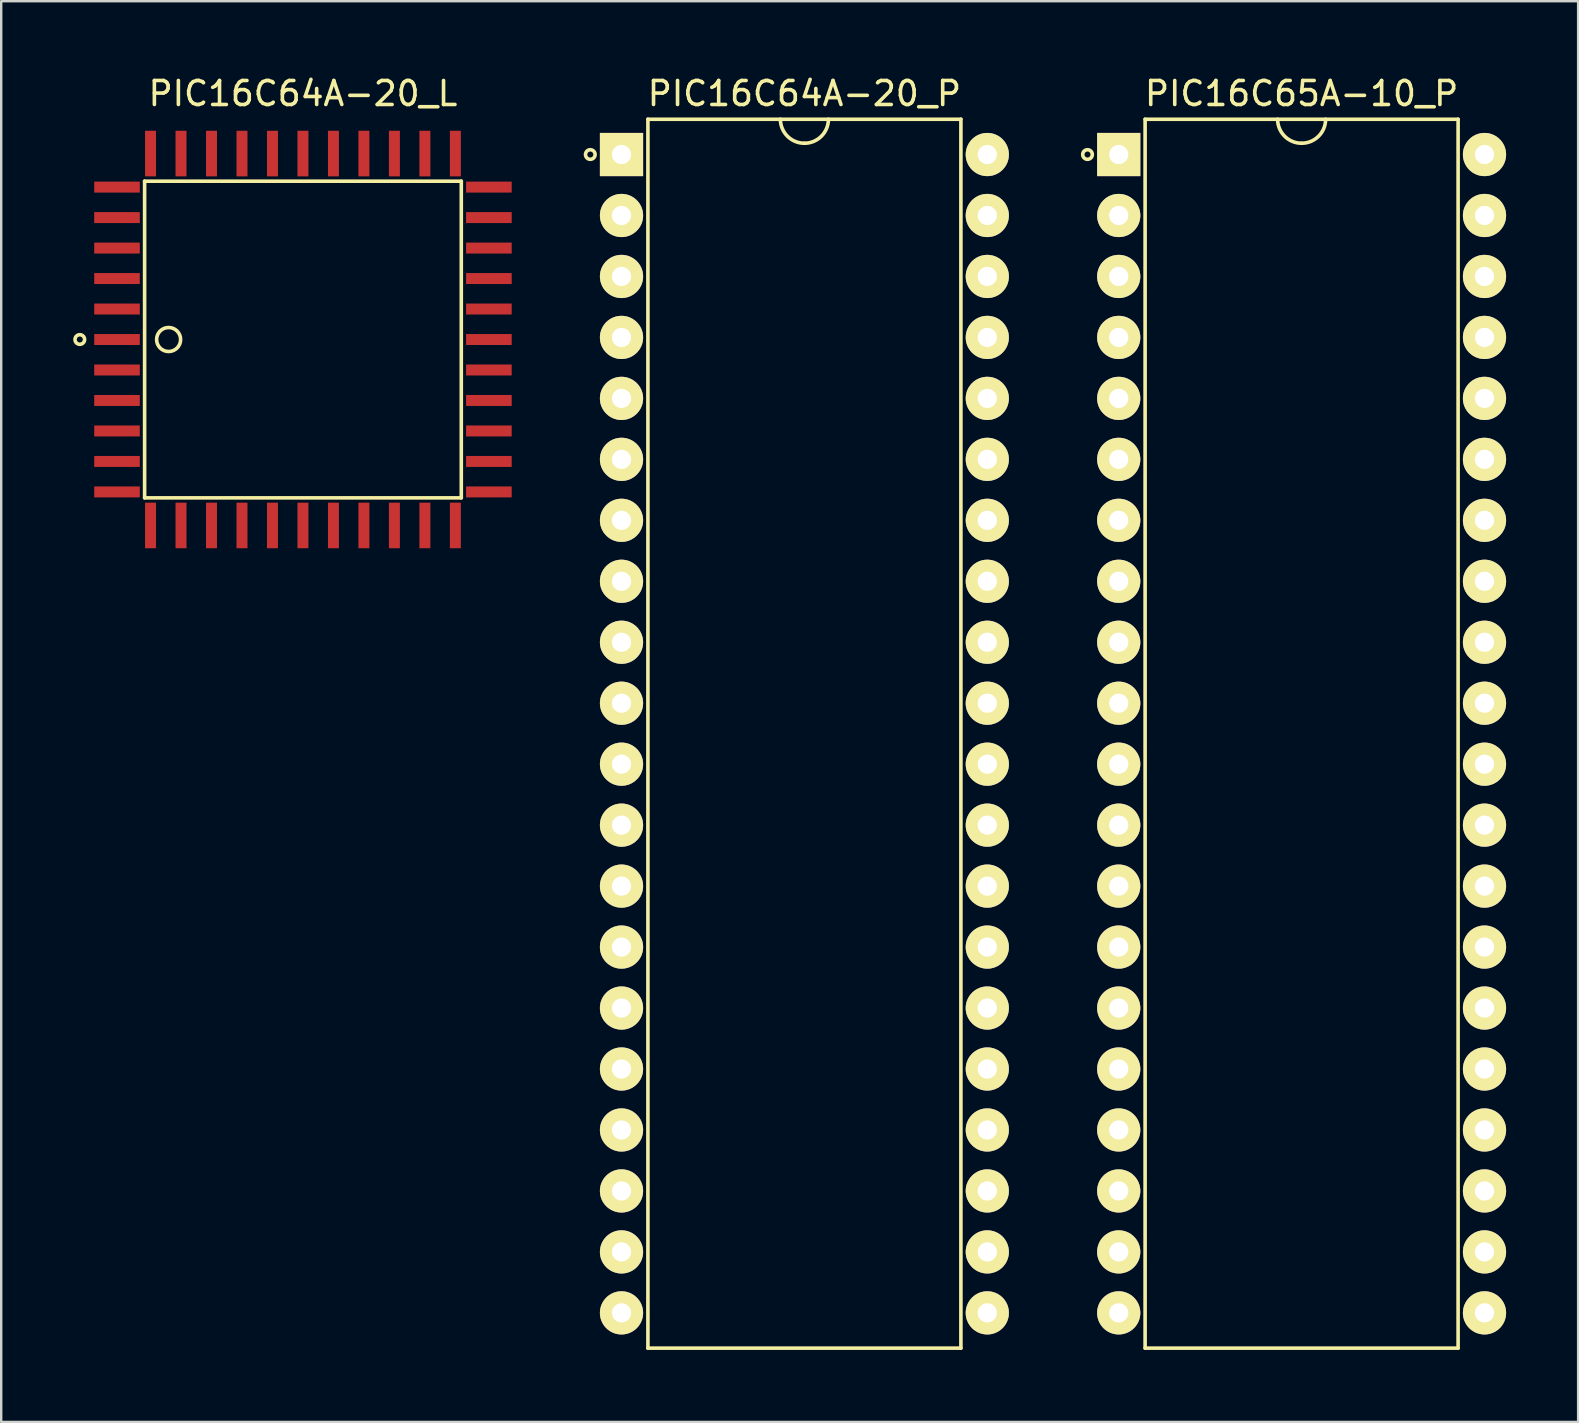
<source format=kicad_pcb>
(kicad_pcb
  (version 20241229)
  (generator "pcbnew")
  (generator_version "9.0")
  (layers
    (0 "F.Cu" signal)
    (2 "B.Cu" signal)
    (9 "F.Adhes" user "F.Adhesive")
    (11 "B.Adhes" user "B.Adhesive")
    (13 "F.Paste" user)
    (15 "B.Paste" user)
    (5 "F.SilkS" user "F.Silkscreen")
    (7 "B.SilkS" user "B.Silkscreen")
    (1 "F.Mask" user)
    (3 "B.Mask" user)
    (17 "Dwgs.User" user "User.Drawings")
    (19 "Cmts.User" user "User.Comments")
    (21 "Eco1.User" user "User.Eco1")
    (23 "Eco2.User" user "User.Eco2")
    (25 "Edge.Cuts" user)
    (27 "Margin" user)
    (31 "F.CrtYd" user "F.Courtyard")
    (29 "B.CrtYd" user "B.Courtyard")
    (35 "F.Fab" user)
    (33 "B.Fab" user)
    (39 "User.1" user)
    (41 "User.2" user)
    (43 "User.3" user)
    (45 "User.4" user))
  (footprint "PIC16C64A-20_P"
    (layer "F.Cu")
    (at 22.844 3.388)
    (property "Reference" "PIC16C64A-20_P" (at 7.62 -2.54 0) (layer "F.SilkS") (effects (font (size 1 1) (thickness 0.15))))
    (attr through_hole)
    (fp_line (start 1.1 -1.47) (end 14.14 -1.47) (stroke (width 0.15) (type solid)) (layer "F.SilkS"))
    (fp_line (start 1.1 49.73) (end 1.1 -1.47) (stroke (width 0.15) (type solid)) (layer "F.SilkS"))
    (fp_line (start 14.14 -1.47) (end 14.14 49.73) (stroke (width 0.15) (type solid)) (layer "F.SilkS"))
    (fp_line (start 14.14 49.73) (end 1.1 49.73) (stroke (width 0.15) (type solid)) (layer "F.SilkS"))
    (fp_arc (start 7.62 -0.47) (mid 6.912893 -0.762893) (end 6.62 -1.47) (stroke (width 0.15) (type solid)) (layer "F.SilkS"))
    (fp_arc (start 8.62 -1.47) (mid 8.327107 -0.762893) (end 7.62 -0.47) (stroke (width 0.15) (type solid)) (layer "F.SilkS"))
    (fp_circle (center -1.3 0) (end -1.3 0.2) (stroke (width 0.15) (type solid)) (fill no) (layer "F.SilkS"))
    (pad "1" thru_hole rect (at 0 0) (size 1.8 1.8) (drill 0.8) (layers "*.Cu" "*.Mask" "F.SilkS"))
    (pad "2" thru_hole circle (at 0 2.54) (size 1.8 1.8) (drill 0.8) (layers "*.Cu" "*.Mask" "F.SilkS"))
    (pad "3" thru_hole circle (at 0 5.08) (size 1.8 1.8) (drill 0.8) (layers "*.Cu" "*.Mask" "F.SilkS"))
    (pad "4" thru_hole circle (at 0 7.62) (size 1.8 1.8) (drill 0.8) (layers "*.Cu" "*.Mask" "F.SilkS"))
    (pad "5" thru_hole circle (at 0 10.16) (size 1.8 1.8) (drill 0.8) (layers "*.Cu" "*.Mask" "F.SilkS"))
    (pad "6" thru_hole circle (at 0 12.7) (size 1.8 1.8) (drill 0.8) (layers "*.Cu" "*.Mask" "F.SilkS"))
    (pad "7" thru_hole circle (at 0 15.24) (size 1.8 1.8) (drill 0.8) (layers "*.Cu" "*.Mask" "F.SilkS"))
    (pad "8" thru_hole circle (at 0 17.78) (size 1.8 1.8) (drill 0.8) (layers "*.Cu" "*.Mask" "F.SilkS"))
    (pad "9" thru_hole circle (at 0 20.32) (size 1.8 1.8) (drill 0.8) (layers "*.Cu" "*.Mask" "F.SilkS"))
    (pad "10" thru_hole circle (at 0 22.86) (size 1.8 1.8) (drill 0.8) (layers "*.Cu" "*.Mask" "F.SilkS"))
    (pad "11" thru_hole circle (at 0 25.4) (size 1.8 1.8) (drill 0.8) (layers "*.Cu" "*.Mask" "F.SilkS"))
    (pad "12" thru_hole circle (at 0 27.94) (size 1.8 1.8) (drill 0.8) (layers "*.Cu" "*.Mask" "F.SilkS"))
    (pad "13" thru_hole circle (at 0 30.48) (size 1.8 1.8) (drill 0.8) (layers "*.Cu" "*.Mask" "F.SilkS"))
    (pad "14" thru_hole circle (at 0 33.02) (size 1.8 1.8) (drill 0.8) (layers "*.Cu" "*.Mask" "F.SilkS"))
    (pad "15" thru_hole circle (at 0 35.56) (size 1.8 1.8) (drill 0.8) (layers "*.Cu" "*.Mask" "F.SilkS"))
    (pad "16" thru_hole circle (at 0 38.1) (size 1.8 1.8) (drill 0.8) (layers "*.Cu" "*.Mask" "F.SilkS"))
    (pad "17" thru_hole circle (at 0 40.64) (size 1.8 1.8) (drill 0.8) (layers "*.Cu" "*.Mask" "F.SilkS"))
    (pad "18" thru_hole circle (at 0 43.18) (size 1.8 1.8) (drill 0.8) (layers "*.Cu" "*.Mask" "F.SilkS"))
    (pad "19" thru_hole circle (at 0 45.72) (size 1.8 1.8) (drill 0.8) (layers "*.Cu" "*.Mask" "F.SilkS"))
    (pad "20" thru_hole circle (at 0 48.26) (size 1.8 1.8) (drill 0.8) (layers "*.Cu" "*.Mask" "F.SilkS"))
    (pad "21" thru_hole circle (at 15.24 48.26) (size 1.8 1.8) (drill 0.8) (layers "*.Cu" "*.Mask" "F.SilkS"))
    (pad "22" thru_hole circle (at 15.24 45.72) (size 1.8 1.8) (drill 0.8) (layers "*.Cu" "*.Mask" "F.SilkS"))
    (pad "23" thru_hole circle (at 15.24 43.18) (size 1.8 1.8) (drill 0.8) (layers "*.Cu" "*.Mask" "F.SilkS"))
    (pad "24" thru_hole circle (at 15.24 40.64) (size 1.8 1.8) (drill 0.8) (layers "*.Cu" "*.Mask" "F.SilkS"))
    (pad "25" thru_hole circle (at 15.24 38.1) (size 1.8 1.8) (drill 0.8) (layers "*.Cu" "*.Mask" "F.SilkS"))
    (pad "26" thru_hole circle (at 15.24 35.56) (size 1.8 1.8) (drill 0.8) (layers "*.Cu" "*.Mask" "F.SilkS"))
    (pad "27" thru_hole circle (at 15.24 33.02) (size 1.8 1.8) (drill 0.8) (layers "*.Cu" "*.Mask" "F.SilkS"))
    (pad "28" thru_hole circle (at 15.24 30.48) (size 1.8 1.8) (drill 0.8) (layers "*.Cu" "*.Mask" "F.SilkS"))
    (pad "29" thru_hole circle (at 15.24 27.94) (size 1.8 1.8) (drill 0.8) (layers "*.Cu" "*.Mask" "F.SilkS"))
    (pad "30" thru_hole circle (at 15.24 25.4) (size 1.8 1.8) (drill 0.8) (layers "*.Cu" "*.Mask" "F.SilkS"))
    (pad "31" thru_hole circle (at 15.24 22.86) (size 1.8 1.8) (drill 0.8) (layers "*.Cu" "*.Mask" "F.SilkS"))
    (pad "32" thru_hole circle (at 15.24 20.32) (size 1.8 1.8) (drill 0.8) (layers "*.Cu" "*.Mask" "F.SilkS"))
    (pad "33" thru_hole circle (at 15.24 17.78) (size 1.8 1.8) (drill 0.8) (layers "*.Cu" "*.Mask" "F.SilkS"))
    (pad "34" thru_hole circle (at 15.24 15.24) (size 1.8 1.8) (drill 0.8) (layers "*.Cu" "*.Mask" "F.SilkS"))
    (pad "35" thru_hole circle (at 15.24 12.7) (size 1.8 1.8) (drill 0.8) (layers "*.Cu" "*.Mask" "F.SilkS"))
    (pad "36" thru_hole circle (at 15.24 10.16) (size 1.8 1.8) (drill 0.8) (layers "*.Cu" "*.Mask" "F.SilkS"))
    (pad "37" thru_hole circle (at 15.24 7.62) (size 1.8 1.8) (drill 0.8) (layers "*.Cu" "*.Mask" "F.SilkS"))
    (pad "38" thru_hole circle (at 15.24 5.08) (size 1.8 1.8) (drill 0.8) (layers "*.Cu" "*.Mask" "F.SilkS"))
    (pad "39" thru_hole circle (at 15.24 2.54) (size 1.8 1.8) (drill 0.8) (layers "*.Cu" "*.Mask" "F.SilkS"))
    (pad "40" thru_hole circle (at 15.24 0) (size 1.8 1.8) (drill 0.8) (layers "*.Cu" "*.Mask" "F.SilkS")))
  (footprint "PIC16C64A-20_L"
    (layer "F.Cu")
    (at 1.825 3.348)
    (property "Reference" "PIC16C64A-20_L" (at 7.747 -2.5 0) (layer "F.SilkS") (effects (font (size 1 1) (thickness 0.15))))
    (attr through_hole)
    (fp_line (start 1.15 1.15) (end 1.15 14.344) (stroke (width 0.15) (type solid)) (layer "F.SilkS"))
    (fp_line (start 1.15 1.15) (end 14.344 1.15) (stroke (width 0.15) (type solid)) (layer "F.SilkS"))
    (fp_line (start 1.15 14.344) (end 14.344 14.344) (stroke (width 0.15) (type solid)) (layer "F.SilkS"))
    (fp_line (start 14.344 14.344) (end 14.344 1.15) (stroke (width 0.15) (type solid)) (layer "F.SilkS"))
    (fp_circle (center -1.55 7.747) (end -1.55 7.547) (stroke (width 0.15) (type solid)) (fill no) (layer "F.SilkS"))
    (fp_circle (center 2.15 7.747) (end 2.15 7.247) (stroke (width 0.15) (type solid)) (fill no) (layer "F.SilkS"))
    (pad "1" smd rect (at 0 7.747) (size 1.9 0.457) (layers "F.Cu" "F.Mask" "F.Paste"))
    (pad "2" smd rect (at 0 9.017) (size 1.9 0.457) (layers "F.Cu" "F.Mask" "F.Paste"))
    (pad "3" smd rect (at 0 10.287) (size 1.9 0.457) (layers "F.Cu" "F.Mask" "F.Paste"))
    (pad "4" smd rect (at 0 11.557) (size 1.9 0.457) (layers "F.Cu" "F.Mask" "F.Paste"))
    (pad "5" smd rect (at 0 12.827) (size 1.9 0.457) (layers "F.Cu" "F.Mask" "F.Paste"))
    (pad "6" smd rect (at 0 14.097) (size 1.9 0.457) (layers "F.Cu" "F.Mask" "F.Paste"))
    (pad "7" smd rect (at 1.397 15.494) (size 0.457 1.9) (layers "F.Cu" "F.Mask" "F.Paste"))
    (pad "8" smd rect (at 2.667 15.494) (size 0.457 1.9) (layers "F.Cu" "F.Mask" "F.Paste"))
    (pad "9" smd rect (at 3.937 15.494) (size 0.457 1.9) (layers "F.Cu" "F.Mask" "F.Paste"))
    (pad "10" smd rect (at 5.207 15.494) (size 0.457 1.9) (layers "F.Cu" "F.Mask" "F.Paste"))
    (pad "11" smd rect (at 6.477 15.494) (size 0.457 1.9) (layers "F.Cu" "F.Mask" "F.Paste"))
    (pad "12" smd rect (at 7.747 15.494) (size 0.457 1.9) (layers "F.Cu" "F.Mask" "F.Paste"))
    (pad "13" smd rect (at 9.017 15.494) (size 0.457 1.9) (layers "F.Cu" "F.Mask" "F.Paste"))
    (pad "14" smd rect (at 10.287 15.494) (size 0.457 1.9) (layers "F.Cu" "F.Mask" "F.Paste"))
    (pad "15" smd rect (at 11.557 15.494) (size 0.457 1.9) (layers "F.Cu" "F.Mask" "F.Paste"))
    (pad "16" smd rect (at 12.827 15.494) (size 0.457 1.9) (layers "F.Cu" "F.Mask" "F.Paste"))
    (pad "17" smd rect (at 14.097 15.494) (size 0.457 1.9) (layers "F.Cu" "F.Mask" "F.Paste"))
    (pad "18" smd rect (at 15.494 14.097) (size 1.9 0.457) (layers "F.Cu" "F.Mask" "F.Paste"))
    (pad "19" smd rect (at 15.494 12.827) (size 1.9 0.457) (layers "F.Cu" "F.Mask" "F.Paste"))
    (pad "20" smd rect (at 15.494 11.557) (size 1.9 0.457) (layers "F.Cu" "F.Mask" "F.Paste"))
    (pad "21" smd rect (at 15.494 10.287) (size 1.9 0.457) (layers "F.Cu" "F.Mask" "F.Paste"))
    (pad "22" smd rect (at 15.494 9.017) (size 1.9 0.457) (layers "F.Cu" "F.Mask" "F.Paste"))
    (pad "23" smd rect (at 15.494 7.747) (size 1.9 0.457) (layers "F.Cu" "F.Mask" "F.Paste"))
    (pad "24" smd rect (at 15.494 6.477) (size 1.9 0.457) (layers "F.Cu" "F.Mask" "F.Paste"))
    (pad "25" smd rect (at 15.494 5.207) (size 1.9 0.457) (layers "F.Cu" "F.Mask" "F.Paste"))
    (pad "26" smd rect (at 15.494 3.937) (size 1.9 0.457) (layers "F.Cu" "F.Mask" "F.Paste"))
    (pad "27" smd rect (at 15.494 2.667) (size 1.9 0.457) (layers "F.Cu" "F.Mask" "F.Paste"))
    (pad "28" smd rect (at 15.494 1.397) (size 1.9 0.457) (layers "F.Cu" "F.Mask" "F.Paste"))
    (pad "29" smd rect (at 14.097 0) (size 0.457 1.9) (layers "F.Cu" "F.Mask" "F.Paste"))
    (pad "30" smd rect (at 12.827 0) (size 0.457 1.9) (layers "F.Cu" "F.Mask" "F.Paste"))
    (pad "31" smd rect (at 11.557 0) (size 0.457 1.9) (layers "F.Cu" "F.Mask" "F.Paste"))
    (pad "32" smd rect (at 10.287 0) (size 0.457 1.9) (layers "F.Cu" "F.Mask" "F.Paste"))
    (pad "33" smd rect (at 9.017 0) (size 0.457 1.9) (layers "F.Cu" "F.Mask" "F.Paste"))
    (pad "34" smd rect (at 7.747 0) (size 0.457 1.9) (layers "F.Cu" "F.Mask" "F.Paste"))
    (pad "35" smd rect (at 6.477 0) (size 0.457 1.9) (layers "F.Cu" "F.Mask" "F.Paste"))
    (pad "36" smd rect (at 5.207 0) (size 0.457 1.9) (layers "F.Cu" "F.Mask" "F.Paste"))
    (pad "37" smd rect (at 3.937 0) (size 0.457 1.9) (layers "F.Cu" "F.Mask" "F.Paste"))
    (pad "38" smd rect (at 2.667 0) (size 0.457 1.9) (layers "F.Cu" "F.Mask" "F.Paste"))
    (pad "39" smd rect (at 1.397 0) (size 0.457 1.9) (layers "F.Cu" "F.Mask" "F.Paste"))
    (pad "40" smd rect (at 0 1.397) (size 1.9 0.457) (layers "F.Cu" "F.Mask" "F.Paste"))
    (pad "41" smd rect (at 0 2.667) (size 1.9 0.457) (layers "F.Cu" "F.Mask" "F.Paste"))
    (pad "42" smd rect (at 0 3.937) (size 1.9 0.457) (layers "F.Cu" "F.Mask" "F.Paste"))
    (pad "43" smd rect (at 0 5.207) (size 1.9 0.457) (layers "F.Cu" "F.Mask" "F.Paste"))
    (pad "44" smd rect (at 0 6.477) (size 1.9 0.457) (layers "F.Cu" "F.Mask" "F.Paste")))
  (footprint "PIC16C65A-10_P"
    (layer "F.Cu")
    (at 43.559 3.388)
    (property "Reference" "PIC16C65A-10_P" (at 7.62 -2.54 0) (layer "F.SilkS") (effects (font (size 1 1) (thickness 0.15))))
    (attr through_hole)
    (fp_line (start 1.1 -1.47) (end 14.14 -1.47) (stroke (width 0.15) (type solid)) (layer "F.SilkS"))
    (fp_line (start 1.1 49.73) (end 1.1 -1.47) (stroke (width 0.15) (type solid)) (layer "F.SilkS"))
    (fp_line (start 14.14 -1.47) (end 14.14 49.73) (stroke (width 0.15) (type solid)) (layer "F.SilkS"))
    (fp_line (start 14.14 49.73) (end 1.1 49.73) (stroke (width 0.15) (type solid)) (layer "F.SilkS"))
    (fp_arc (start 7.62 -0.47) (mid 6.912893 -0.762893) (end 6.62 -1.47) (stroke (width 0.15) (type solid)) (layer "F.SilkS"))
    (fp_arc (start 8.62 -1.47) (mid 8.327107 -0.762893) (end 7.62 -0.47) (stroke (width 0.15) (type solid)) (layer "F.SilkS"))
    (fp_circle (center -1.3 0) (end -1.3 0.2) (stroke (width 0.15) (type solid)) (fill no) (layer "F.SilkS"))
    (pad "1" thru_hole rect (at 0 0) (size 1.8 1.8) (drill 0.8) (layers "*.Cu" "*.Mask" "F.SilkS"))
    (pad "2" thru_hole circle (at 0 2.54) (size 1.8 1.8) (drill 0.8) (layers "*.Cu" "*.Mask" "F.SilkS"))
    (pad "3" thru_hole circle (at 0 5.08) (size 1.8 1.8) (drill 0.8) (layers "*.Cu" "*.Mask" "F.SilkS"))
    (pad "4" thru_hole circle (at 0 7.62) (size 1.8 1.8) (drill 0.8) (layers "*.Cu" "*.Mask" "F.SilkS"))
    (pad "5" thru_hole circle (at 0 10.16) (size 1.8 1.8) (drill 0.8) (layers "*.Cu" "*.Mask" "F.SilkS"))
    (pad "6" thru_hole circle (at 0 12.7) (size 1.8 1.8) (drill 0.8) (layers "*.Cu" "*.Mask" "F.SilkS"))
    (pad "7" thru_hole circle (at 0 15.24) (size 1.8 1.8) (drill 0.8) (layers "*.Cu" "*.Mask" "F.SilkS"))
    (pad "8" thru_hole circle (at 0 17.78) (size 1.8 1.8) (drill 0.8) (layers "*.Cu" "*.Mask" "F.SilkS"))
    (pad "9" thru_hole circle (at 0 20.32) (size 1.8 1.8) (drill 0.8) (layers "*.Cu" "*.Mask" "F.SilkS"))
    (pad "10" thru_hole circle (at 0 22.86) (size 1.8 1.8) (drill 0.8) (layers "*.Cu" "*.Mask" "F.SilkS"))
    (pad "11" thru_hole circle (at 0 25.4) (size 1.8 1.8) (drill 0.8) (layers "*.Cu" "*.Mask" "F.SilkS"))
    (pad "12" thru_hole circle (at 0 27.94) (size 1.8 1.8) (drill 0.8) (layers "*.Cu" "*.Mask" "F.SilkS"))
    (pad "13" thru_hole circle (at 0 30.48) (size 1.8 1.8) (drill 0.8) (layers "*.Cu" "*.Mask" "F.SilkS"))
    (pad "14" thru_hole circle (at 0 33.02) (size 1.8 1.8) (drill 0.8) (layers "*.Cu" "*.Mask" "F.SilkS"))
    (pad "15" thru_hole circle (at 0 35.56) (size 1.8 1.8) (drill 0.8) (layers "*.Cu" "*.Mask" "F.SilkS"))
    (pad "16" thru_hole circle (at 0 38.1) (size 1.8 1.8) (drill 0.8) (layers "*.Cu" "*.Mask" "F.SilkS"))
    (pad "17" thru_hole circle (at 0 40.64) (size 1.8 1.8) (drill 0.8) (layers "*.Cu" "*.Mask" "F.SilkS"))
    (pad "18" thru_hole circle (at 0 43.18) (size 1.8 1.8) (drill 0.8) (layers "*.Cu" "*.Mask" "F.SilkS"))
    (pad "19" thru_hole circle (at 0 45.72) (size 1.8 1.8) (drill 0.8) (layers "*.Cu" "*.Mask" "F.SilkS"))
    (pad "20" thru_hole circle (at 0 48.26) (size 1.8 1.8) (drill 0.8) (layers "*.Cu" "*.Mask" "F.SilkS"))
    (pad "21" thru_hole circle (at 15.24 48.26) (size 1.8 1.8) (drill 0.8) (layers "*.Cu" "*.Mask" "F.SilkS"))
    (pad "22" thru_hole circle (at 15.24 45.72) (size 1.8 1.8) (drill 0.8) (layers "*.Cu" "*.Mask" "F.SilkS"))
    (pad "23" thru_hole circle (at 15.24 43.18) (size 1.8 1.8) (drill 0.8) (layers "*.Cu" "*.Mask" "F.SilkS"))
    (pad "24" thru_hole circle (at 15.24 40.64) (size 1.8 1.8) (drill 0.8) (layers "*.Cu" "*.Mask" "F.SilkS"))
    (pad "25" thru_hole circle (at 15.24 38.1) (size 1.8 1.8) (drill 0.8) (layers "*.Cu" "*.Mask" "F.SilkS"))
    (pad "26" thru_hole circle (at 15.24 35.56) (size 1.8 1.8) (drill 0.8) (layers "*.Cu" "*.Mask" "F.SilkS"))
    (pad "27" thru_hole circle (at 15.24 33.02) (size 1.8 1.8) (drill 0.8) (layers "*.Cu" "*.Mask" "F.SilkS"))
    (pad "28" thru_hole circle (at 15.24 30.48) (size 1.8 1.8) (drill 0.8) (layers "*.Cu" "*.Mask" "F.SilkS"))
    (pad "29" thru_hole circle (at 15.24 27.94) (size 1.8 1.8) (drill 0.8) (layers "*.Cu" "*.Mask" "F.SilkS"))
    (pad "30" thru_hole circle (at 15.24 25.4) (size 1.8 1.8) (drill 0.8) (layers "*.Cu" "*.Mask" "F.SilkS"))
    (pad "31" thru_hole circle (at 15.24 22.86) (size 1.8 1.8) (drill 0.8) (layers "*.Cu" "*.Mask" "F.SilkS"))
    (pad "32" thru_hole circle (at 15.24 20.32) (size 1.8 1.8) (drill 0.8) (layers "*.Cu" "*.Mask" "F.SilkS"))
    (pad "33" thru_hole circle (at 15.24 17.78) (size 1.8 1.8) (drill 0.8) (layers "*.Cu" "*.Mask" "F.SilkS"))
    (pad "34" thru_hole circle (at 15.24 15.24) (size 1.8 1.8) (drill 0.8) (layers "*.Cu" "*.Mask" "F.SilkS"))
    (pad "35" thru_hole circle (at 15.24 12.7) (size 1.8 1.8) (drill 0.8) (layers "*.Cu" "*.Mask" "F.SilkS"))
    (pad "36" thru_hole circle (at 15.24 10.16) (size 1.8 1.8) (drill 0.8) (layers "*.Cu" "*.Mask" "F.SilkS"))
    (pad "37" thru_hole circle (at 15.24 7.62) (size 1.8 1.8) (drill 0.8) (layers "*.Cu" "*.Mask" "F.SilkS"))
    (pad "38" thru_hole circle (at 15.24 5.08) (size 1.8 1.8) (drill 0.8) (layers "*.Cu" "*.Mask" "F.SilkS"))
    (pad "39" thru_hole circle (at 15.24 2.54) (size 1.8 1.8) (drill 0.8) (layers "*.Cu" "*.Mask" "F.SilkS"))
    (pad "40" thru_hole circle (at 15.24 0) (size 1.8 1.8) (drill 0.8) (layers "*.Cu" "*.Mask" "F.SilkS")))
  (gr_rect
    (start -3 -3)
    (end 62.699 56.193)
    (stroke (width 0.1) (type default))
    (fill no)
    (layer "Edge.Cuts")))
</source>
